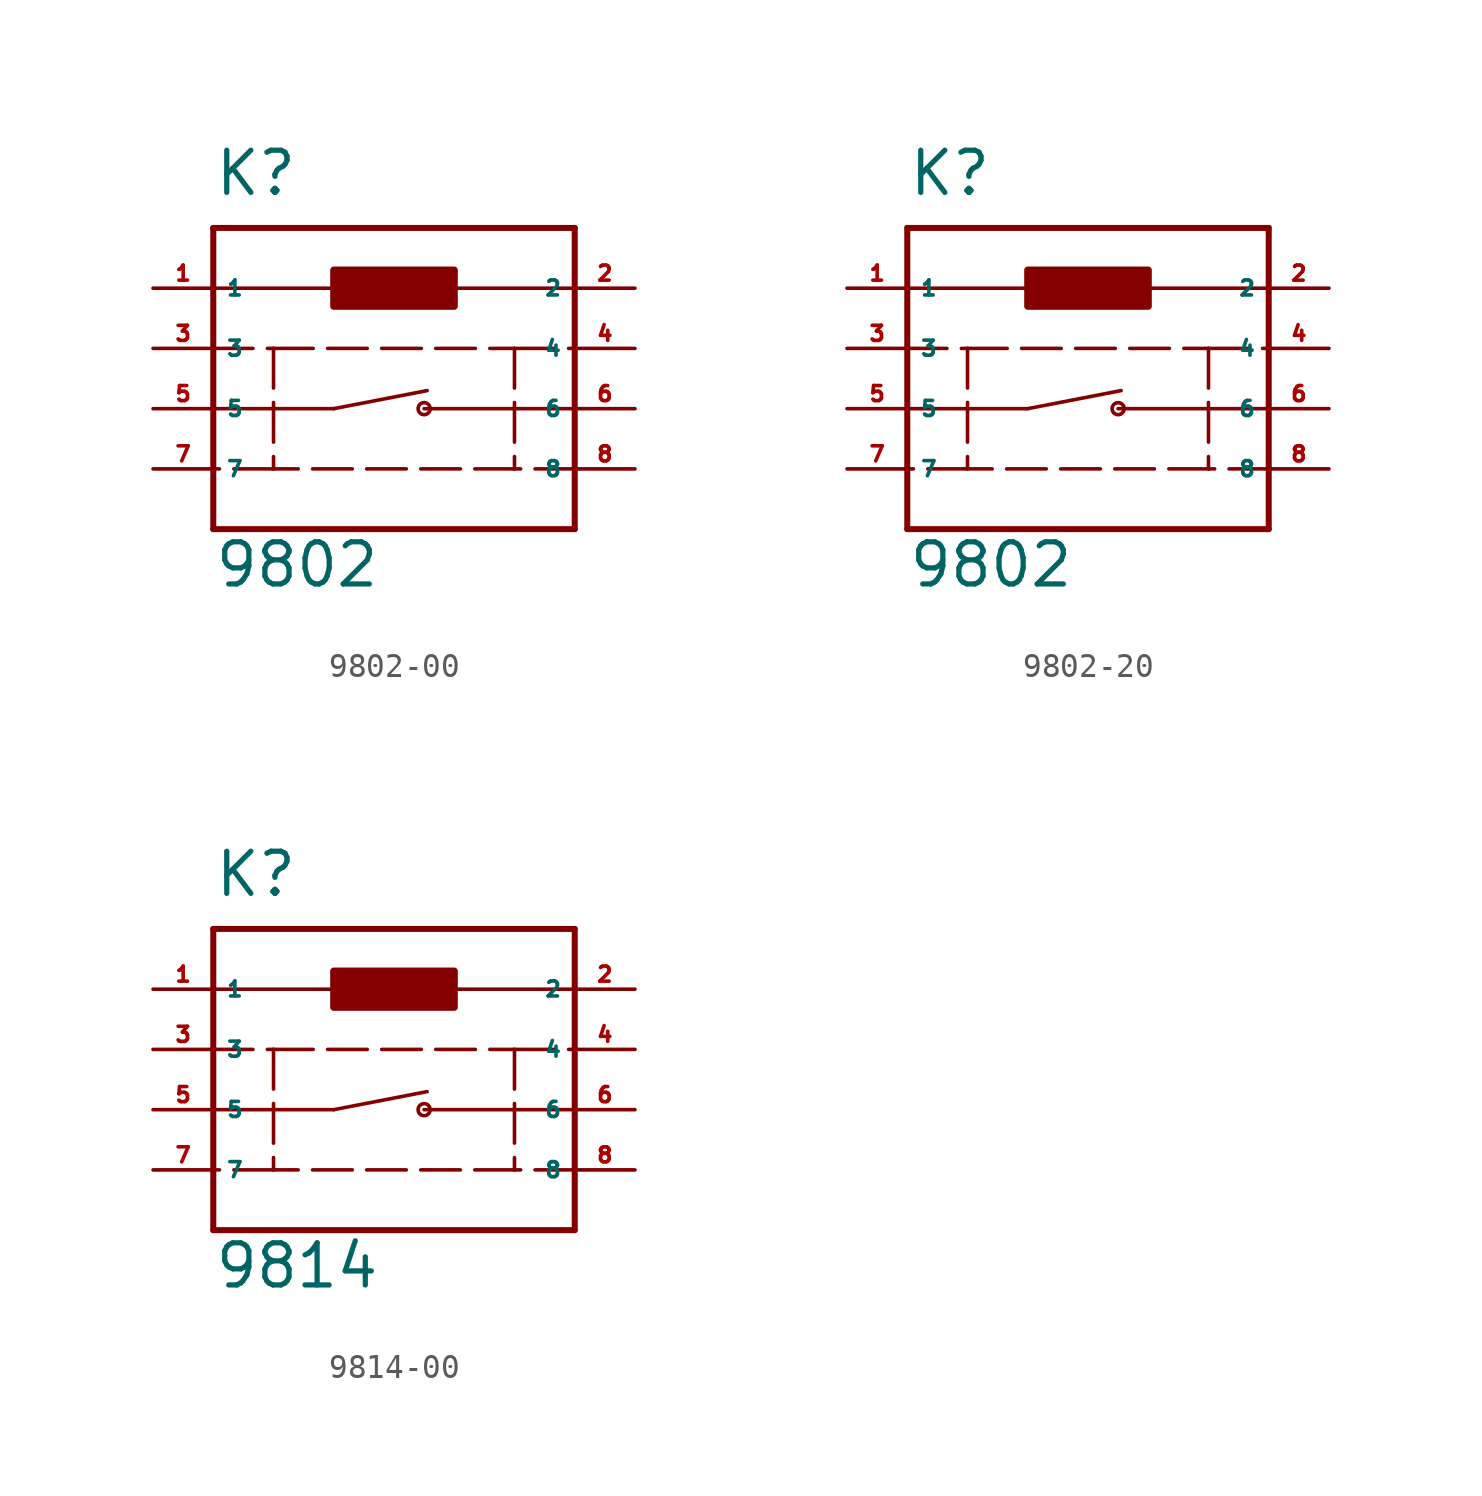
<source format=kicad_sym>
(kicad_symbol_lib
  (version 20220914)
  (generator Eagle2Kicad)
  (symbol "9802-00"
    (property "Reference" "K"
      (at -7.62 6.35 0)
      (effects (font (size 1.778 1.778) (thickness 0.22)) (justify left bottom)))
    (property "Value" "9802"
      (at -7.62 -10.16 0)
      (effects (font (size 1.778 1.778) (thickness 0.22)) (justify left bottom)))
    (polyline
      (pts (xy -7.62 2.54) (xy 7.62 2.54))
      (stroke (width 0.152) (type default))
      (fill (type none)))
    (polyline
      (pts (xy -7.62 0) (xy -5.08 0))
      (stroke (width 0.152) (type dash))
      (fill (type none)))
    (polyline
      (pts (xy -5.08 0) (xy 5.08 0))
      (stroke (width 0.152) (type dash))
      (fill (type none)))
    (polyline
      (pts (xy 5.08 0) (xy 7.62 0))
      (stroke (width 0.152) (type dash))
      (fill (type none)))
    (polyline
      (pts (xy 7.62 -5.08) (xy 5.08 -5.08))
      (stroke (width 0.152) (type dash))
      (fill (type none)))
    (polyline
      (pts (xy 5.08 -5.08) (xy -5.08 -5.08))
      (stroke (width 0.152) (type dash))
      (fill (type none)))
    (polyline
      (pts (xy -5.08 -5.08) (xy -7.62 -5.08))
      (stroke (width 0.152) (type dash))
      (fill (type none)))
    (polyline
      (pts (xy -5.08 0) (xy -5.08 -5.08))
      (stroke (width 0.152) (type dash))
      (fill (type none)))
    (polyline
      (pts (xy 5.08 0) (xy 5.08 -5.08))
      (stroke (width 0.152) (type dash))
      (fill (type none)))
    (polyline
      (pts (xy -7.62 5.08) (xy 7.62 5.08))
      (stroke (width 0.254) (type default))
      (fill (type none)))
    (polyline
      (pts (xy 7.62 5.08) (xy 7.62 -7.62))
      (stroke (width 0.254) (type default))
      (fill (type none)))
    (polyline
      (pts (xy 7.62 -7.62) (xy -7.62 -7.62))
      (stroke (width 0.254) (type default))
      (fill (type none)))
    (polyline
      (pts (xy -7.62 -7.62) (xy -7.62 5.08))
      (stroke (width 0.254) (type default))
      (fill (type none)))
    (polyline
      (pts (xy -7.62 -2.54) (xy -2.54 -2.54))
      (stroke (width 0.152) (type default))
      (fill (type none)))
    (polyline
      (pts (xy -2.54 -2.54) (xy 1.397 -1.778))
      (stroke (width 0.152) (type default))
      (fill (type none)))
    (polyline
      (pts (xy 1.27 -2.54) (xy 7.62 -2.54))
      (stroke (width 0.152) (type default))
      (fill (type none)))
    (circle
      (center 1.27 -2.54)
      (radius 0.254)
      (stroke (width 0) (type default))
      (fill (type none)))
    (rectangle
      (start -2.54 1.778)
      (end 2.54 3.302)
      (stroke (width 0.3) (type default))
      (fill (type outline)))
    (pin passive line
      (at -10.16 2.54 0)
      (length 2.54)
      (name "1" (effects (font (size 0.635 0.635) (thickness 0.08)) (justify left bottom)))
      (number "1" (effects (font (size 0.635 0.635) (thickness 0.08)) (justify left bottom))))
    (pin passive line
      (at 10.16 2.54 180)
      (length 2.54)
      (name "2" (effects (font (size 0.635 0.635) (thickness 0.08)) (justify left bottom)))
      (number "2" (effects (font (size 0.635 0.635) (thickness 0.08)) (justify left bottom))))
    (pin passive line
      (at -10.16 0 0)
      (length 2.54)
      (name "3" (effects (font (size 0.635 0.635) (thickness 0.08)) (justify left bottom)))
      (number "3" (effects (font (size 0.635 0.635) (thickness 0.08)) (justify left bottom))))
    (pin passive line
      (at 10.16 0 180)
      (length 2.54)
      (name "4" (effects (font (size 0.635 0.635) (thickness 0.08)) (justify left bottom)))
      (number "4" (effects (font (size 0.635 0.635) (thickness 0.08)) (justify left bottom))))
    (pin passive line
      (at -10.16 -2.54 0)
      (length 2.54)
      (name "5" (effects (font (size 0.635 0.635) (thickness 0.08)) (justify left bottom)))
      (number "5" (effects (font (size 0.635 0.635) (thickness 0.08)) (justify left bottom))))
    (pin passive line
      (at 10.16 -2.54 180)
      (length 2.54)
      (name "6" (effects (font (size 0.635 0.635) (thickness 0.08)) (justify left bottom)))
      (number "6" (effects (font (size 0.635 0.635) (thickness 0.08)) (justify left bottom))))
    (pin passive line
      (at -10.16 -5.08 0)
      (length 2.54)
      (name "7" (effects (font (size 0.635 0.635) (thickness 0.08)) (justify left bottom)))
      (number "7" (effects (font (size 0.635 0.635) (thickness 0.08)) (justify left bottom))))
    (pin passive line
      (at 10.16 -5.08 180)
      (length 2.54)
      (name "8" (effects (font (size 0.635 0.635) (thickness 0.08)) (justify left bottom)))
      (number "8" (effects (font (size 0.635 0.635) (thickness 0.08)) (justify left bottom)))))
  (symbol "9802-20"
    (property "Reference" "K"
      (at -7.62 6.35 0)
      (effects (font (size 1.778 1.778) (thickness 0.22)) (justify left bottom)))
    (property "Value" "9802"
      (at -7.62 -10.16 0)
      (effects (font (size 1.778 1.778) (thickness 0.22)) (justify left bottom)))
    (polyline
      (pts (xy -7.62 2.54) (xy 7.62 2.54))
      (stroke (width 0.152) (type default))
      (fill (type none)))
    (polyline
      (pts (xy -7.62 0) (xy -5.08 0))
      (stroke (width 0.152) (type dash))
      (fill (type none)))
    (polyline
      (pts (xy -5.08 0) (xy 5.08 0))
      (stroke (width 0.152) (type dash))
      (fill (type none)))
    (polyline
      (pts (xy 5.08 0) (xy 7.62 0))
      (stroke (width 0.152) (type dash))
      (fill (type none)))
    (polyline
      (pts (xy 7.62 -5.08) (xy 5.08 -5.08))
      (stroke (width 0.152) (type dash))
      (fill (type none)))
    (polyline
      (pts (xy 5.08 -5.08) (xy -5.08 -5.08))
      (stroke (width 0.152) (type dash))
      (fill (type none)))
    (polyline
      (pts (xy -5.08 -5.08) (xy -7.62 -5.08))
      (stroke (width 0.152) (type dash))
      (fill (type none)))
    (polyline
      (pts (xy -5.08 0) (xy -5.08 -5.08))
      (stroke (width 0.152) (type dash))
      (fill (type none)))
    (polyline
      (pts (xy 5.08 0) (xy 5.08 -5.08))
      (stroke (width 0.152) (type dash))
      (fill (type none)))
    (polyline
      (pts (xy -7.62 5.08) (xy 7.62 5.08))
      (stroke (width 0.254) (type default))
      (fill (type none)))
    (polyline
      (pts (xy 7.62 5.08) (xy 7.62 -7.62))
      (stroke (width 0.254) (type default))
      (fill (type none)))
    (polyline
      (pts (xy 7.62 -7.62) (xy -7.62 -7.62))
      (stroke (width 0.254) (type default))
      (fill (type none)))
    (polyline
      (pts (xy -7.62 -7.62) (xy -7.62 5.08))
      (stroke (width 0.254) (type default))
      (fill (type none)))
    (polyline
      (pts (xy -7.62 -2.54) (xy -2.54 -2.54))
      (stroke (width 0.152) (type default))
      (fill (type none)))
    (polyline
      (pts (xy -2.54 -2.54) (xy 1.397 -1.778))
      (stroke (width 0.152) (type default))
      (fill (type none)))
    (polyline
      (pts (xy 1.27 -2.54) (xy 7.62 -2.54))
      (stroke (width 0.152) (type default))
      (fill (type none)))
    (circle
      (center 1.27 -2.54)
      (radius 0.254)
      (stroke (width 0) (type default))
      (fill (type none)))
    (rectangle
      (start -2.54 1.778)
      (end 2.54 3.302)
      (stroke (width 0.3) (type default))
      (fill (type outline)))
    (pin passive line
      (at -10.16 2.54 0)
      (length 2.54)
      (name "1" (effects (font (size 0.635 0.635) (thickness 0.08)) (justify left bottom)))
      (number "1" (effects (font (size 0.635 0.635) (thickness 0.08)) (justify left bottom))))
    (pin passive line
      (at 10.16 2.54 180)
      (length 2.54)
      (name "2" (effects (font (size 0.635 0.635) (thickness 0.08)) (justify left bottom)))
      (number "2" (effects (font (size 0.635 0.635) (thickness 0.08)) (justify left bottom))))
    (pin passive line
      (at -10.16 0 0)
      (length 2.54)
      (name "3" (effects (font (size 0.635 0.635) (thickness 0.08)) (justify left bottom)))
      (number "3" (effects (font (size 0.635 0.635) (thickness 0.08)) (justify left bottom))))
    (pin passive line
      (at 10.16 0 180)
      (length 2.54)
      (name "4" (effects (font (size 0.635 0.635) (thickness 0.08)) (justify left bottom)))
      (number "4" (effects (font (size 0.635 0.635) (thickness 0.08)) (justify left bottom))))
    (pin passive line
      (at -10.16 -2.54 0)
      (length 2.54)
      (name "5" (effects (font (size 0.635 0.635) (thickness 0.08)) (justify left bottom)))
      (number "5" (effects (font (size 0.635 0.635) (thickness 0.08)) (justify left bottom))))
    (pin passive line
      (at 10.16 -2.54 180)
      (length 2.54)
      (name "6" (effects (font (size 0.635 0.635) (thickness 0.08)) (justify left bottom)))
      (number "6" (effects (font (size 0.635 0.635) (thickness 0.08)) (justify left bottom))))
    (pin passive line
      (at -10.16 -5.08 0)
      (length 2.54)
      (name "7" (effects (font (size 0.635 0.635) (thickness 0.08)) (justify left bottom)))
      (number "7" (effects (font (size 0.635 0.635) (thickness 0.08)) (justify left bottom))))
    (pin passive line
      (at 10.16 -5.08 180)
      (length 2.54)
      (name "8" (effects (font (size 0.635 0.635) (thickness 0.08)) (justify left bottom)))
      (number "8" (effects (font (size 0.635 0.635) (thickness 0.08)) (justify left bottom)))))
  (symbol "9814-00"
    (property "Reference" "K"
      (at -7.62 6.35 0)
      (effects (font (size 1.778 1.778) (thickness 0.22)) (justify left bottom)))
    (property "Value" "9814"
      (at -7.62 -10.16 0)
      (effects (font (size 1.778 1.778) (thickness 0.22)) (justify left bottom)))
    (polyline
      (pts (xy -7.62 2.54) (xy 7.62 2.54))
      (stroke (width 0.152) (type default))
      (fill (type none)))
    (polyline
      (pts (xy -7.62 0) (xy -5.08 0))
      (stroke (width 0.152) (type dash))
      (fill (type none)))
    (polyline
      (pts (xy -5.08 0) (xy 5.08 0))
      (stroke (width 0.152) (type dash))
      (fill (type none)))
    (polyline
      (pts (xy 5.08 0) (xy 7.62 0))
      (stroke (width 0.152) (type dash))
      (fill (type none)))
    (polyline
      (pts (xy 7.62 -5.08) (xy 5.08 -5.08))
      (stroke (width 0.152) (type dash))
      (fill (type none)))
    (polyline
      (pts (xy 5.08 -5.08) (xy -5.08 -5.08))
      (stroke (width 0.152) (type dash))
      (fill (type none)))
    (polyline
      (pts (xy -5.08 -5.08) (xy -7.62 -5.08))
      (stroke (width 0.152) (type dash))
      (fill (type none)))
    (polyline
      (pts (xy -5.08 0) (xy -5.08 -5.08))
      (stroke (width 0.152) (type dash))
      (fill (type none)))
    (polyline
      (pts (xy 5.08 0) (xy 5.08 -5.08))
      (stroke (width 0.152) (type dash))
      (fill (type none)))
    (polyline
      (pts (xy -7.62 5.08) (xy 7.62 5.08))
      (stroke (width 0.254) (type default))
      (fill (type none)))
    (polyline
      (pts (xy 7.62 5.08) (xy 7.62 -7.62))
      (stroke (width 0.254) (type default))
      (fill (type none)))
    (polyline
      (pts (xy 7.62 -7.62) (xy -7.62 -7.62))
      (stroke (width 0.254) (type default))
      (fill (type none)))
    (polyline
      (pts (xy -7.62 -7.62) (xy -7.62 5.08))
      (stroke (width 0.254) (type default))
      (fill (type none)))
    (polyline
      (pts (xy -7.62 -2.54) (xy -2.54 -2.54))
      (stroke (width 0.152) (type default))
      (fill (type none)))
    (polyline
      (pts (xy -2.54 -2.54) (xy 1.397 -1.778))
      (stroke (width 0.152) (type default))
      (fill (type none)))
    (polyline
      (pts (xy 1.27 -2.54) (xy 7.62 -2.54))
      (stroke (width 0.152) (type default))
      (fill (type none)))
    (circle
      (center 1.27 -2.54)
      (radius 0.254)
      (stroke (width 0) (type default))
      (fill (type none)))
    (rectangle
      (start -2.54 1.778)
      (end 2.54 3.302)
      (stroke (width 0.3) (type default))
      (fill (type outline)))
    (pin passive line
      (at -10.16 2.54 0)
      (length 2.54)
      (name "1" (effects (font (size 0.635 0.635) (thickness 0.08)) (justify left bottom)))
      (number "1" (effects (font (size 0.635 0.635) (thickness 0.08)) (justify left bottom))))
    (pin passive line
      (at 10.16 2.54 180)
      (length 2.54)
      (name "2" (effects (font (size 0.635 0.635) (thickness 0.08)) (justify left bottom)))
      (number "2" (effects (font (size 0.635 0.635) (thickness 0.08)) (justify left bottom))))
    (pin passive line
      (at -10.16 0 0)
      (length 2.54)
      (name "3" (effects (font (size 0.635 0.635) (thickness 0.08)) (justify left bottom)))
      (number "3" (effects (font (size 0.635 0.635) (thickness 0.08)) (justify left bottom))))
    (pin passive line
      (at 10.16 0 180)
      (length 2.54)
      (name "4" (effects (font (size 0.635 0.635) (thickness 0.08)) (justify left bottom)))
      (number "4" (effects (font (size 0.635 0.635) (thickness 0.08)) (justify left bottom))))
    (pin passive line
      (at -10.16 -2.54 0)
      (length 2.54)
      (name "5" (effects (font (size 0.635 0.635) (thickness 0.08)) (justify left bottom)))
      (number "5" (effects (font (size 0.635 0.635) (thickness 0.08)) (justify left bottom))))
    (pin passive line
      (at 10.16 -2.54 180)
      (length 2.54)
      (name "6" (effects (font (size 0.635 0.635) (thickness 0.08)) (justify left bottom)))
      (number "6" (effects (font (size 0.635 0.635) (thickness 0.08)) (justify left bottom))))
    (pin passive line
      (at -10.16 -5.08 0)
      (length 2.54)
      (name "7" (effects (font (size 0.635 0.635) (thickness 0.08)) (justify left bottom)))
      (number "7" (effects (font (size 0.635 0.635) (thickness 0.08)) (justify left bottom))))
    (pin passive line
      (at 10.16 -5.08 180)
      (length 2.54)
      (name "8" (effects (font (size 0.635 0.635) (thickness 0.08)) (justify left bottom)))
      (number "8" (effects (font (size 0.635 0.635) (thickness 0.08)) (justify left bottom))))))
</source>
